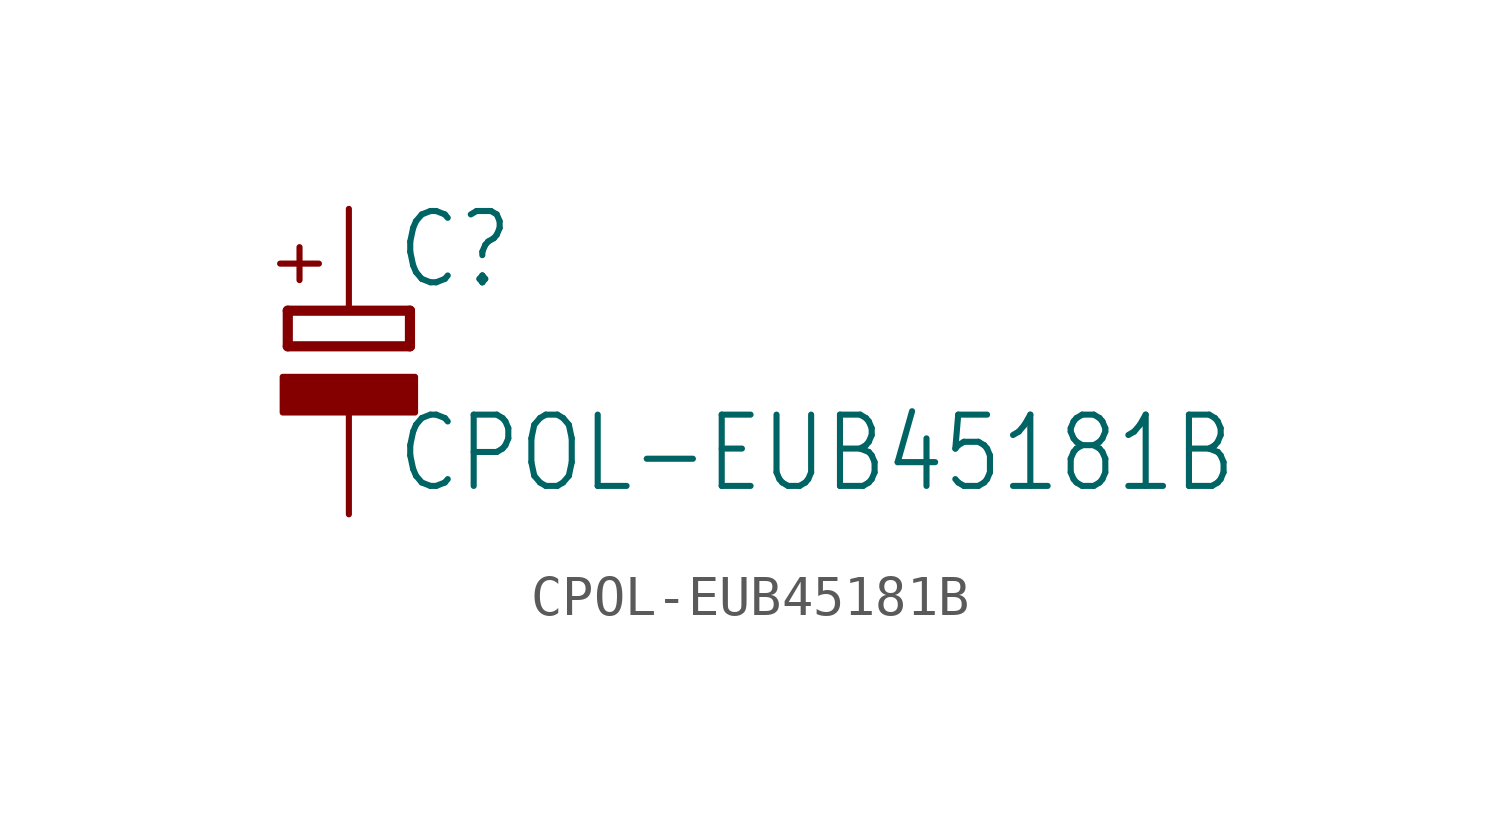
<source format=kicad_sym>
(kicad_symbol_lib
  (version 20220914)
  (generator kicad_symbol_editor)
  (symbol "CPOL-EUB45181B"
    (property "Reference" "C"
      (at 1.143 0.483 0)
      (effects (font (size 1.778 1.511)) (justify left bottom)))
    (property "Value" "CPOL-EUB45181B"
      (at 1.143 -4.597 0)
      (effects (font (size 1.778 1.511)) (justify left bottom)))
    (property "ki_locked" ""
      (at 0 0 0)
      (effects (font (size 1.27 1.27))))
    (symbol "CPOL-EUB45181B_1_0"
      (rectangle (start -1.651 -2.54) (end 1.651 -1.651) (stroke (width 0) (type default)) (fill (type outline)))
      (polyline (pts (xy -1.524 -0.889) (xy 1.524 -0.889)) (stroke (width 0.254) (type default)) (fill (type none)))
      (polyline (pts (xy -1.524 0) (xy -1.524 -0.889)) (stroke (width 0.254) (type default)) (fill (type none)))
      (polyline (pts (xy -1.524 0) (xy 1.524 0)) (stroke (width 0.254) (type default)) (fill (type none)))
      (polyline (pts (xy 1.524 -0.889) (xy 1.524 0)) (stroke (width 0.254) (type default)) (fill (type none)))
      (text "+" (at -0.584 0.406 900) (effects (font (size 1.27 1.079)) (justify left bottom)))
      (pin passive line (at 0 2.54 270) (length 2.54) (name "+" (effects (font (size 0 0)))) (number "+" (effects (font (size 0 0)))))
      (pin passive line (at 0 -5.08 90) (length 2.54) (name "-" (effects (font (size 0 0)))) (number "-" (effects (font (size 0 0))))))))
</source>
